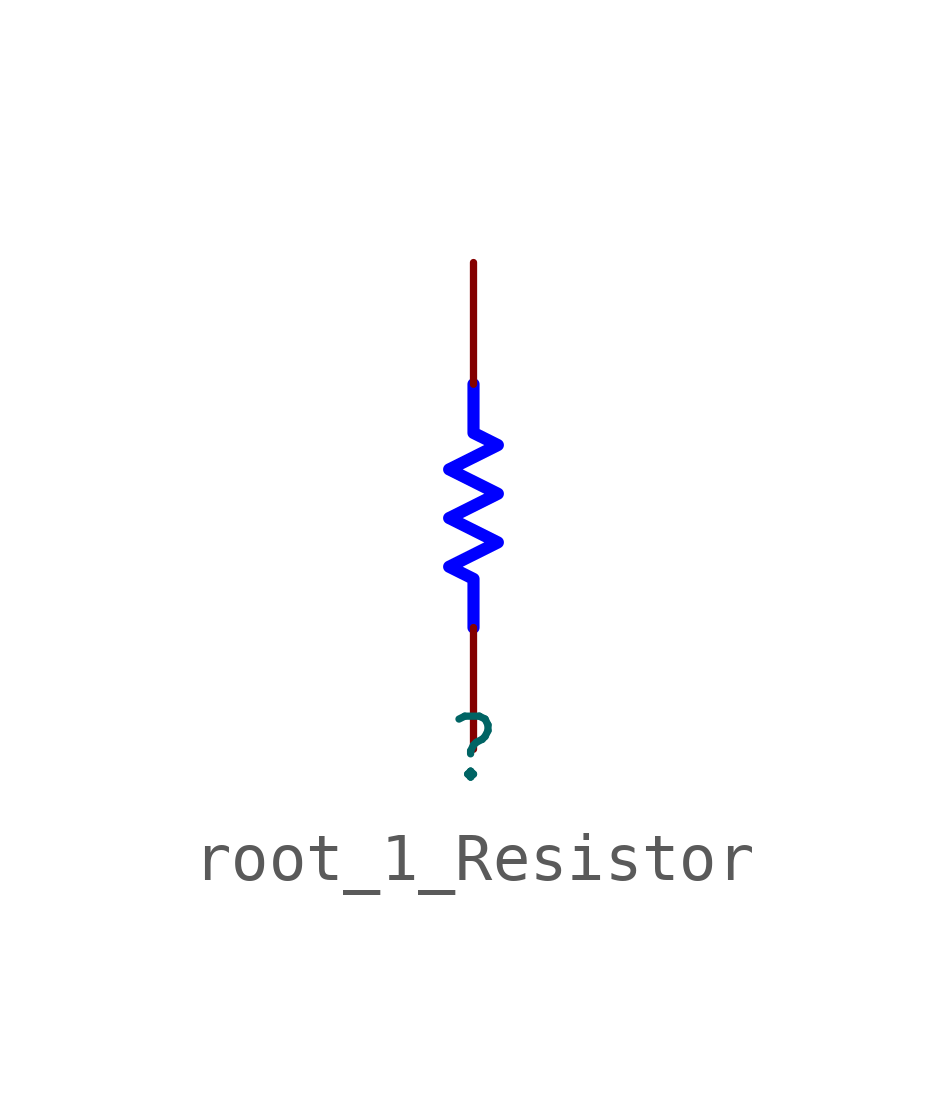
<source format=kicad_sym>
(kicad_symbol_lib
  (version 20220914)
  (generator kicad_symbol_editor)
  (symbol "root_1_Resistor"
    (property "Reference" ""
      (at 0 0 0)
      (effects (font (size 1.27 1.27))))
    (property "Value" ""
      (at 0 0 0)
      (effects (font (size 1.27 1.27))))
    (symbol "root_1_Resistor_1_0"
      (polyline (pts (xy 0 7.62) (xy 0 6.604) (xy 0.508 6.35) (xy -0.508 5.842) (xy 0.508 5.334) (xy -0.508 4.826) (xy 0.508 4.318) (xy -0.508 3.81) (xy 0 3.556) (xy 0 2.54)) (stroke (width 0.254) (type solid) (color 0 0 255 1)) (fill (type none)))
      (pin passive line (at 0 0 90) (length 2.54) (name "1" (effects (font (size 0 0)))) (number "1" (effects (font (size 0 0)))))
      (pin passive line (at 0 10.16 270) (length 2.54) (name "2" (effects (font (size 0 0)))) (number "2" (effects (font (size 0 0))))))))
</source>
